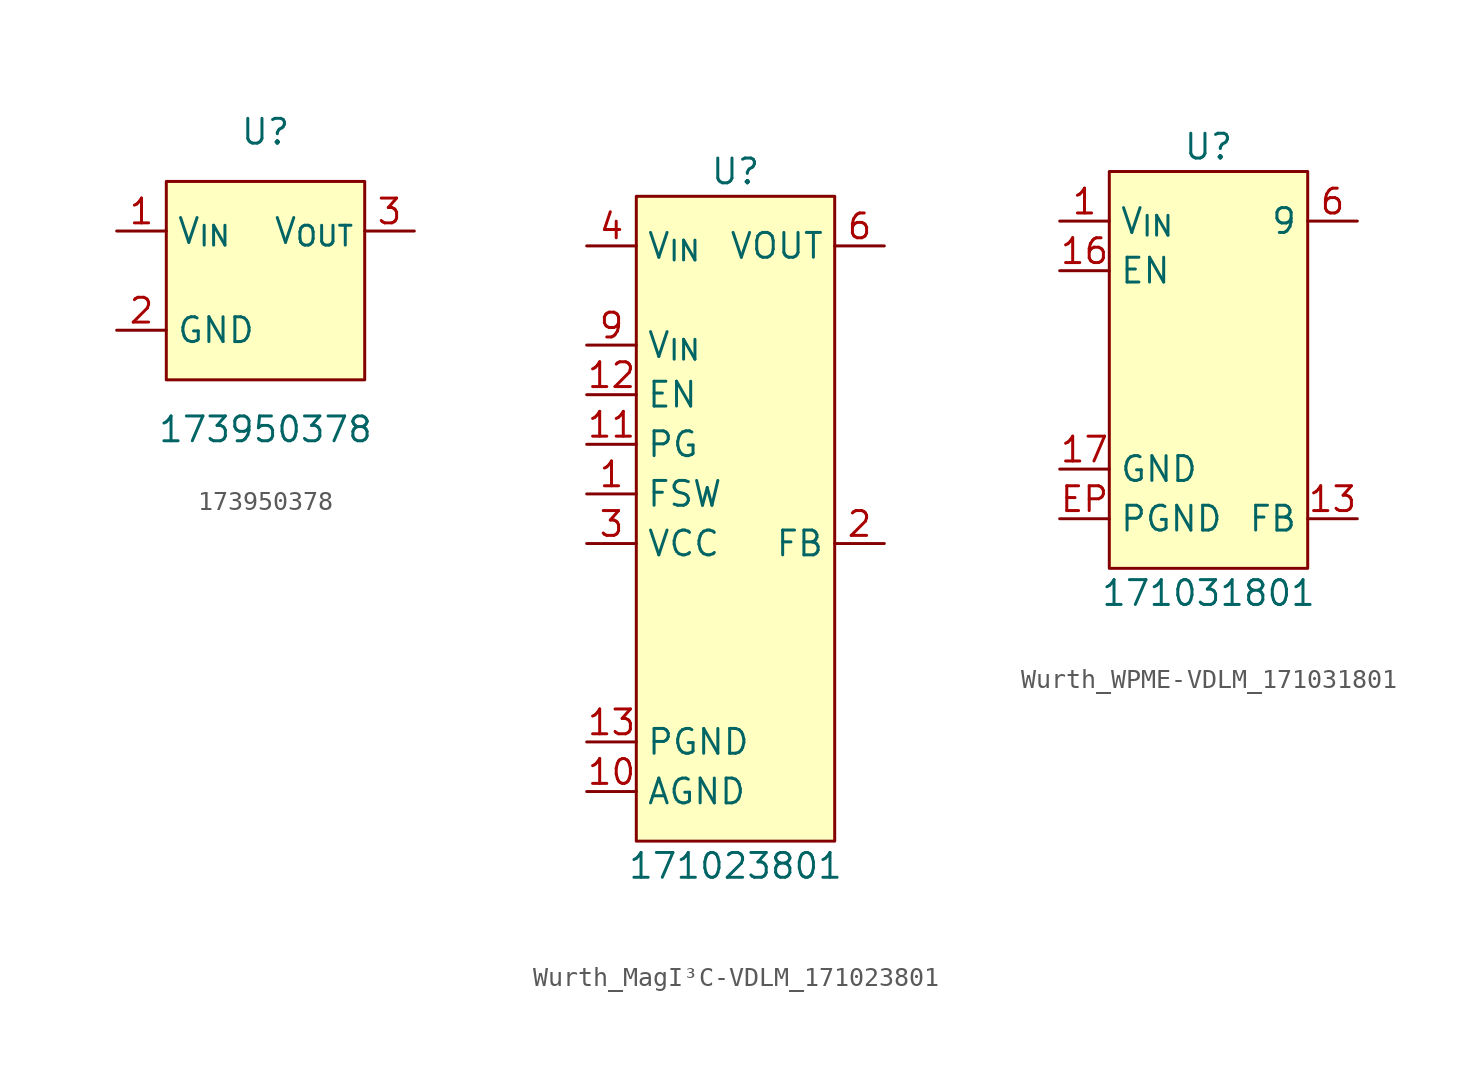
<source format=kicad_sym>
(kicad_symbol_lib
  (version 20220914)
  (generator kicad_symbol_editor)
  (symbol "173950378"
    (property "Reference" "U"
      (at 0 7.62 0)
      (effects (font (size 1.27 1.27))))
    (property "Value" "173950378"
      (at 0 -7.62 0)
      (effects (font (size 1.27 1.27))))
    (symbol "173950378_1_1"
      (rectangle (start -5.08 5.08) (end 5.08 -5.08) (stroke (width 0) (type default)) (fill (type background)))
      (pin power_in line (at -7.62 2.54 0) (length 2.54) (name "V_{IN}" (effects (font (size 1.27 1.27)))) (number "1" (effects (font (size 1.27 1.27)))))
      (pin power_in line (at -7.62 -2.54 0) (length 2.54) (name "GND" (effects (font (size 1.27 1.27)))) (number "2" (effects (font (size 1.27 1.27)))))
      (pin power_out line (at 7.62 2.54 180) (length 2.54) (name "V_{OUT}" (effects (font (size 1.27 1.27)))) (number "3" (effects (font (size 1.27 1.27)))))))
  (symbol "Wurth_MagI³C-VDLM_171023801"
    (property "Reference" "U"
      (at 0 19.05 0)
      (effects (font (size 1.27 1.27))))
    (property "Value" "171023801"
      (at 0 -16.51 0)
      (effects (font (size 1.27 1.27))))
    (symbol "Wurth_MagI³C-VDLM_171023801_1_1"
      (rectangle (start -5.08 17.78) (end 5.08 -15.24) (stroke (width 0) (type default)) (fill (type background)))
      (pin unspecified line (at -7.62 2.54 0) (length 2.54) (name "FSW" (effects (font (size 1.27 1.27)))) (number "1" (effects (font (size 1.27 1.27)))))
      (pin power_in line (at -7.62 -12.7 0) (length 2.54) (name "AGND" (effects (font (size 1.27 1.27)))) (number "10" (effects (font (size 1.27 1.27)))))
      (pin open_collector line (at -7.62 5.08 0) (length 2.54) (name "PG" (effects (font (size 1.27 1.27)))) (number "11" (effects (font (size 1.27 1.27)))))
      (pin input line (at -7.62 7.62 0) (length 2.54) (name "EN" (effects (font (size 1.27 1.27)))) (number "12" (effects (font (size 1.27 1.27)))))
      (pin power_in line (at -7.62 -10.16 0) (length 2.54) (name "PGND" (effects (font (size 1.27 1.27)))) (number "13" (effects (font (size 1.27 1.27)))))
      (pin input line (at 7.62 0 180) (length 2.54) (name "FB" (effects (font (size 1.27 1.27)))) (number "2" (effects (font (size 1.27 1.27)))))
      (pin output line (at -7.62 0 0) (length 2.54) (name "VCC" (effects (font (size 1.27 1.27)))) (number "3" (effects (font (size 1.27 1.27)))))
      (pin power_in line (at -7.62 15.24 0) (length 2.54) (name "V_{IN}" (effects (font (size 1.27 1.27)))) (number "4" (effects (font (size 1.27 1.27)))))
      (pin power_in line (at -7.62 15.24 0) (length 2.54) hide (name "V_{IN}" (effects (font (size 1.27 1.27)))) (number "5" (effects (font (size 1.27 1.27)))))
      (pin power_out line (at 7.62 15.24 180) (length 2.54) (name "VOUT" (effects (font (size 1.27 1.27)))) (number "6" (effects (font (size 1.27 1.27)))))
      (pin power_out line (at 7.62 15.24 180) (length 2.54) hide (name "VOUT" (effects (font (size 1.27 1.27)))) (number "7" (effects (font (size 1.27 1.27)))))
      (pin power_in line (at -7.62 10.16 0) (length 2.54) (name "V_{IN}" (effects (font (size 1.27 1.27)))) (number "9" (effects (font (size 1.27 1.27)))))))
  (symbol "Wurth_WPME-VDLM_171031801"
    (property "Reference" "U"
      (at 0 11.43 0)
      (effects (font (size 1.27 1.27))))
    (property "Value" "171031801"
      (at 0 -11.43 0)
      (effects (font (size 1.27 1.27))))
    (symbol "Wurth_WPME-VDLM_171031801_1_1"
      (rectangle (start -5.08 10.16) (end 5.08 -10.16) (stroke (width 0) (type default)) (fill (type background)))
      (pin power_in line (at -7.62 7.62 0) (length 2.54) (name "V_{IN}" (effects (font (size 1.27 1.27)))) (number "1" (effects (font (size 1.27 1.27)))))
      (pin power_out line (at 7.62 7.62 180) (length 2.54) hide (name "VOUT" (effects (font (size 1.27 1.27)))) (number "10" (effects (font (size 1.27 1.27)))))
      (pin power_out line (at 7.62 7.62 180) (length 2.54) hide (name "VOUT" (effects (font (size 1.27 1.27)))) (number "11" (effects (font (size 1.27 1.27)))))
      (pin power_out line (at 7.62 7.62 180) (length 2.54) hide (name "VOUT" (effects (font (size 1.27 1.27)))) (number "12" (effects (font (size 1.27 1.27)))))
      (pin input line (at 7.62 -7.62 180) (length 2.54) (name "FB" (effects (font (size 1.27 1.27)))) (number "13" (effects (font (size 1.27 1.27)))))
      (pin input line (at -7.62 5.08 0) (length 2.54) (name "EN" (effects (font (size 1.27 1.27)))) (number "16" (effects (font (size 1.27 1.27)))))
      (pin power_in line (at -7.62 -5.08 0) (length 2.54) (name "GND" (effects (font (size 1.27 1.27)))) (number "17" (effects (font (size 1.27 1.27)))))
      (pin power_in line (at -7.62 7.62 0) (length 2.54) hide (name "V_{IN}" (effects (font (size 1.27 1.27)))) (number "2" (effects (font (size 1.27 1.27)))))
      (pin power_in line (at -7.62 7.62 0) (length 2.54) hide (name "V_{IN}" (effects (font (size 1.27 1.27)))) (number "3" (effects (font (size 1.27 1.27)))))
      (pin power_in line (at -7.62 7.62 0) (length 2.54) hide (name "V_{IN}" (effects (font (size 1.27 1.27)))) (number "4" (effects (font (size 1.27 1.27)))))
      (pin power_out line (at 7.62 7.62 180) (length 2.54) (name "9" (effects (font (size 1.27 1.27)))) (number "6" (effects (font (size 1.27 1.27)))))
      (pin power_in line (at -7.62 -7.62 0) (length 2.54) (name "PGND" (effects (font (size 1.27 1.27)))) (number "EP" (effects (font (size 1.27 1.27))))))))
</source>
